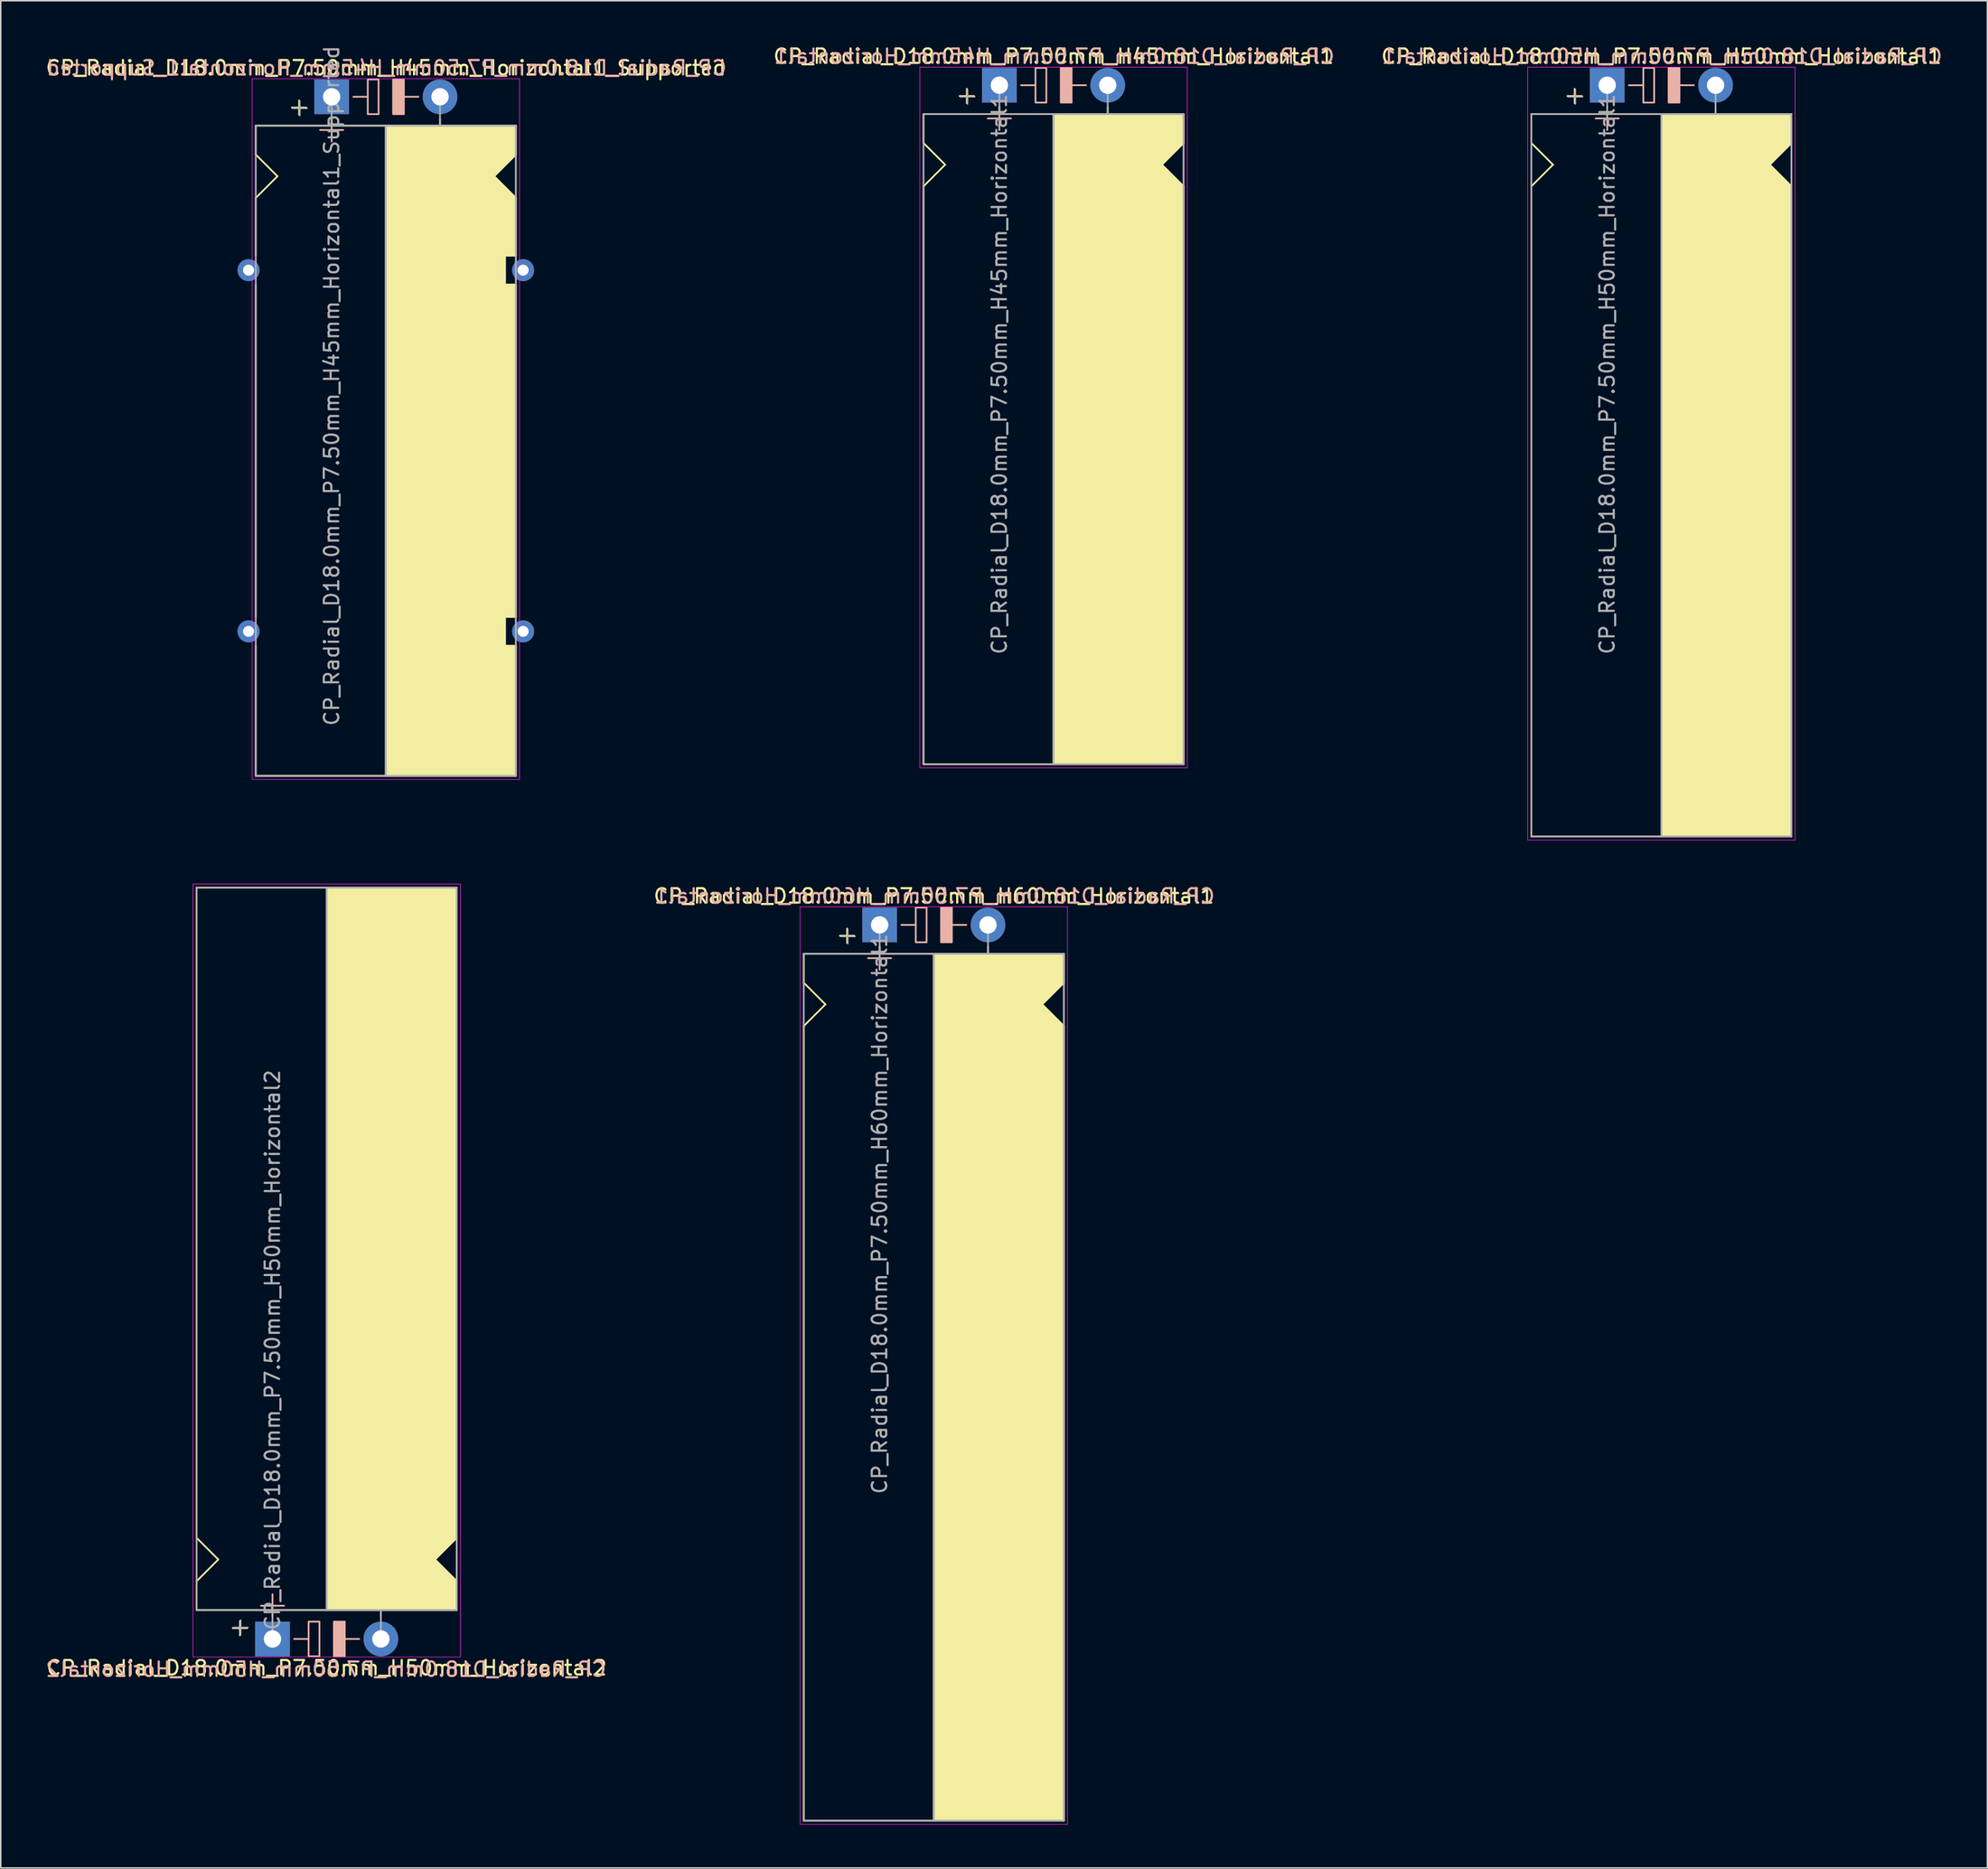
<source format=kicad_pcb>
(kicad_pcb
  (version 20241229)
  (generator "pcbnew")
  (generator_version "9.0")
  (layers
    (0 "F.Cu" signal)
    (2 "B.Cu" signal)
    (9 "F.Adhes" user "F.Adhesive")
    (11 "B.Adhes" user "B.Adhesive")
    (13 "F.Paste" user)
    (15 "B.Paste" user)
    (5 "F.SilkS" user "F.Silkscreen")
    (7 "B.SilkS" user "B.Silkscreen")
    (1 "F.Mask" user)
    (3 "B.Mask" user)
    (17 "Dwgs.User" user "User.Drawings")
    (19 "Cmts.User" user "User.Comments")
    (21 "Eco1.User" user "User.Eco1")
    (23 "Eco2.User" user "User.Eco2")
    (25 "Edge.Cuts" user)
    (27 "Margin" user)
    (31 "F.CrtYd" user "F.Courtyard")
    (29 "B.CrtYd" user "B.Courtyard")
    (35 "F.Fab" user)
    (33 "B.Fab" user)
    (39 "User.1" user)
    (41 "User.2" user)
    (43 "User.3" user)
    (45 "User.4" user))
  (footprint "CP_Radial_D18.0mm_P7.50mm_H50mm_Horizontal1"
    (layer "F.Cu")
    (at 108.165 2.848)
    (property "Reference" "CP_Radial_D18.0mm_P7.50mm_H50mm_Horizontal1" (at 3.75 -2 0) (layer "F.SilkS") (effects (font (size 1 1) (thickness 0.15))))
    (fp_line (start -5.25 2) (end -5.25 4) (stroke (width 0.12) (type solid)) (layer "F.SilkS"))
    (fp_line (start -5.25 2) (end 12.75 2) (stroke (width 0.12) (type solid)) (layer "F.SilkS"))
    (fp_line (start -5.25 4) (end -3.75 5.5) (stroke (width 0.12) (type solid)) (layer "F.SilkS"))
    (fp_line (start -5.25 7) (end -5.25 52) (stroke (width 0.12) (type solid)) (layer "F.SilkS"))
    (fp_line (start -5.25 7) (end -3.75 5.5) (stroke (width 0.12) (type solid)) (layer "F.SilkS"))
    (fp_line (start -5.25 52) (end 12.75 52) (stroke (width 0.12) (type solid)) (layer "F.SilkS"))
    (fp_line (start -2.25 0.25) (end -2.25 1.25) (stroke (width 0.12) (type solid)) (layer "F.SilkS"))
    (fp_line (start -1.75 0.75) (end -2.75 0.75) (stroke (width 0.12) (type solid)) (layer "F.SilkS"))
    (fp_line (start 0 1.5) (end 0 2) (stroke (width 0.12) (type solid)) (layer "F.SilkS"))
    (fp_line (start 3.75 2) (end 3.75 52) (stroke (width 0.12) (type solid)) (layer "F.SilkS"))
    (fp_line (start 7.5 1.5) (end 7.5 2) (stroke (width 0.12) (type solid)) (layer "F.SilkS"))
    (fp_line (start 12.75 2) (end 12.75 4) (stroke (width 0.12) (type solid)) (layer "F.SilkS"))
    (fp_line (start 12.75 4) (end 11.25 5.5) (stroke (width 0.12) (type solid)) (layer "F.SilkS"))
    (fp_line (start 12.75 7) (end 11.25 5.5) (stroke (width 0.12) (type solid)) (layer "F.SilkS"))
    (fp_line (start 12.75 52) (end 12.75 7) (stroke (width 0.12) (type solid)) (layer "F.SilkS"))
    (fp_poly (pts (xy 12.75 4) (xy 11.25 5.5) (xy 12.75 7) (xy 12.75 52) (xy 3.75 52) (xy 3.75 2) (xy 12.75 2)) (stroke (width 0.1) (type solid)) (fill yes) (layer "F.SilkS"))
    (fp_line (start 0 1.5) (end 0 3.1) (stroke (width 0.12) (type solid)) (layer "B.SilkS"))
    (fp_line (start 0.8 2.3) (end -0.8 2.3) (stroke (width 0.12) (type solid)) (layer "B.SilkS"))
    (fp_line (start 2.5 0) (end 1.5 0) (stroke (width 0.12) (type solid)) (layer "B.SilkS"))
    (fp_line (start 6 0) (end 5 0) (stroke (width 0.12) (type solid)) (layer "B.SilkS"))
    (fp_rect (start 2.5 -1.2) (end 3.25 1.2) (stroke (width 0.12) (type solid)) (fill no) (layer "B.SilkS"))
    (fp_rect (start 4.25 -1.2) (end 5 1.2) (stroke (width 0.12) (type solid)) (fill yes) (layer "B.SilkS"))
    (fp_line (start -5.5 -1.25) (end -5.5 52.25) (stroke (width 0.04) (type solid)) (layer "F.CrtYd"))
    (fp_line (start -5.5 52.25) (end 13 52.25) (stroke (width 0.04) (type solid)) (layer "F.CrtYd"))
    (fp_line (start 13 -1.25) (end -5.5 -1.25) (stroke (width 0.04) (type solid)) (layer "F.CrtYd"))
    (fp_line (start 13 52.25) (end 13 -1.25) (stroke (width 0.04) (type solid)) (layer "F.CrtYd"))
    (fp_line (start -5.25 2) (end -5.25 52) (stroke (width 0.12) (type solid)) (layer "F.Fab"))
    (fp_line (start -5.25 52) (end 12.75 52) (stroke (width 0.12) (type solid)) (layer "F.Fab"))
    (fp_line (start -2.7 0.8) (end -1.7 0.8) (stroke (width 0.1) (type solid)) (layer "F.Fab"))
    (fp_line (start -2.2 1.3) (end -2.2 0.3) (stroke (width 0.1) (type solid)) (layer "F.Fab"))
    (fp_line (start 0 0) (end 0 2) (stroke (width 0.12) (type solid)) (layer "F.Fab"))
    (fp_line (start 3.75 2) (end 3.75 52) (stroke (width 0.12) (type solid)) (layer "F.Fab"))
    (fp_line (start 7.5 0) (end 7.5 2) (stroke (width 0.12) (type solid)) (layer "F.Fab"))
    (fp_line (start 12.75 2) (end -5.25 2) (stroke (width 0.12) (type solid)) (layer "F.Fab"))
    (fp_line (start 12.75 52) (end 12.75 2) (stroke (width 0.12) (type solid)) (layer "F.Fab"))
    (fp_poly (pts (xy 12.75 52) (xy 3.75 52) (xy 3.75 2) (xy 12.75 2)) (stroke (width 0.1) (type solid)) (fill no) (layer "F.Fab"))
    (fp_text user "${REFERENCE}" (at 3.8 -2 0) (layer "B.SilkS") (effects (font (size 1 1) (thickness 0.15)) (justify mirror)))
    (fp_text user "${REFERENCE}" (at 0 20 90) (layer "F.Fab") (effects (font (size 1 1) (thickness 0.15))))
    (pad "1" thru_hole rect (at 0 0) (size 2.4 2.4) (drill 1.2) (layers "*.Cu" "*.Mask"))
    (pad "2" thru_hole circle (at 7.5 0) (size 2.4 2.4) (drill 1.2) (layers "*.Cu" "*.Mask")))
  (footprint "CP_Radial_D18.0mm_P7.50mm_H60mm_Horizontal1"
    (layer "F.Cu")
    (at 57.818 60.967)
    (property "Reference" "CP_Radial_D18.0mm_P7.50mm_H60mm_Horizontal1" (at 3.75 -2 0) (layer "F.SilkS") (effects (font (size 1 1) (thickness 0.15))))
    (fp_line (start -5.25 2) (end -5.25 4) (stroke (width 0.12) (type solid)) (layer "F.SilkS"))
    (fp_line (start -5.25 2) (end 12.75 2) (stroke (width 0.12) (type solid)) (layer "F.SilkS"))
    (fp_line (start -5.25 4) (end -3.75 5.5) (stroke (width 0.12) (type solid)) (layer "F.SilkS"))
    (fp_line (start -5.25 7) (end -5.25 62) (stroke (width 0.12) (type solid)) (layer "F.SilkS"))
    (fp_line (start -5.25 7) (end -3.75 5.5) (stroke (width 0.12) (type solid)) (layer "F.SilkS"))
    (fp_line (start -5.25 62) (end 12.75 62) (stroke (width 0.12) (type solid)) (layer "F.SilkS"))
    (fp_line (start -2.25 0.25) (end -2.25 1.25) (stroke (width 0.12) (type solid)) (layer "F.SilkS"))
    (fp_line (start -1.75 0.75) (end -2.75 0.75) (stroke (width 0.12) (type solid)) (layer "F.SilkS"))
    (fp_line (start 0 1.5) (end 0 2) (stroke (width 0.12) (type solid)) (layer "F.SilkS"))
    (fp_line (start 3.75 2) (end 3.75 62) (stroke (width 0.12) (type solid)) (layer "F.SilkS"))
    (fp_line (start 7.5 1.5) (end 7.5 2) (stroke (width 0.12) (type solid)) (layer "F.SilkS"))
    (fp_line (start 12.75 2) (end 12.75 4) (stroke (width 0.12) (type solid)) (layer "F.SilkS"))
    (fp_line (start 12.75 4) (end 11.25 5.5) (stroke (width 0.12) (type solid)) (layer "F.SilkS"))
    (fp_line (start 12.75 7) (end 11.25 5.5) (stroke (width 0.12) (type solid)) (layer "F.SilkS"))
    (fp_line (start 12.75 62) (end 12.75 7) (stroke (width 0.12) (type solid)) (layer "F.SilkS"))
    (fp_poly (pts (xy 12.75 4) (xy 11.25 5.5) (xy 12.75 7) (xy 12.75 62) (xy 3.75 62) (xy 3.75 2) (xy 12.75 2)) (stroke (width 0.1) (type solid)) (fill yes) (layer "F.SilkS"))
    (fp_line (start 0 1.5) (end 0 3.1) (stroke (width 0.12) (type solid)) (layer "B.SilkS"))
    (fp_line (start 0.8 2.3) (end -0.8 2.3) (stroke (width 0.12) (type solid)) (layer "B.SilkS"))
    (fp_line (start 2.5 0) (end 1.5 0) (stroke (width 0.12) (type solid)) (layer "B.SilkS"))
    (fp_line (start 6 0) (end 5 0) (stroke (width 0.12) (type solid)) (layer "B.SilkS"))
    (fp_rect (start 2.5 -1.2) (end 3.25 1.2) (stroke (width 0.12) (type solid)) (fill no) (layer "B.SilkS"))
    (fp_rect (start 4.25 -1.2) (end 5 1.2) (stroke (width 0.12) (type solid)) (fill yes) (layer "B.SilkS"))
    (fp_line (start -5.5 -1.25) (end -5.5 62.25) (stroke (width 0.04) (type solid)) (layer "F.CrtYd"))
    (fp_line (start -5.5 62.25) (end 13 62.25) (stroke (width 0.04) (type solid)) (layer "F.CrtYd"))
    (fp_line (start 13 -1.25) (end -5.5 -1.25) (stroke (width 0.04) (type solid)) (layer "F.CrtYd"))
    (fp_line (start 13 62.25) (end 13 -1.25) (stroke (width 0.04) (type solid)) (layer "F.CrtYd"))
    (fp_line (start -5.25 2) (end -5.25 62) (stroke (width 0.12) (type solid)) (layer "F.Fab"))
    (fp_line (start -5.25 62) (end 12.75 62) (stroke (width 0.12) (type solid)) (layer "F.Fab"))
    (fp_line (start -2.7 0.8) (end -1.7 0.8) (stroke (width 0.1) (type solid)) (layer "F.Fab"))
    (fp_line (start -2.2 1.3) (end -2.2 0.3) (stroke (width 0.1) (type solid)) (layer "F.Fab"))
    (fp_line (start 0 0) (end 0 2) (stroke (width 0.12) (type solid)) (layer "F.Fab"))
    (fp_line (start 3.75 2) (end 3.75 62) (stroke (width 0.12) (type solid)) (layer "F.Fab"))
    (fp_line (start 7.5 0) (end 7.5 2) (stroke (width 0.12) (type solid)) (layer "F.Fab"))
    (fp_line (start 12.75 2) (end -5.25 2) (stroke (width 0.12) (type solid)) (layer "F.Fab"))
    (fp_line (start 12.75 62) (end 12.75 2) (stroke (width 0.12) (type solid)) (layer "F.Fab"))
    (fp_poly (pts (xy 12.75 62) (xy 3.75 62) (xy 3.75 2) (xy 12.75 2)) (stroke (width 0.1) (type solid)) (fill no) (layer "F.Fab"))
    (fp_text user "${REFERENCE}" (at 3.8 -2 0) (layer "B.SilkS") (effects (font (size 1 1) (thickness 0.15)) (justify mirror)))
    (fp_text user "${REFERENCE}" (at 0 20 90) (layer "F.Fab") (effects (font (size 1 1) (thickness 0.15))))
    (pad "1" thru_hole rect (at 0 0) (size 2.4 2.4) (drill 1.2) (layers "*.Cu" "*.Mask"))
    (pad "2" thru_hole circle (at 7.5 0) (size 2.4 2.4) (drill 1.2) (layers "*.Cu" "*.Mask")))
  (footprint "CP_Radial_D18.0mm_P7.50mm_H50mm_Horizontal2"
    (layer "F.Cu")
    (at 15.806 110.388)
    (property "Reference" "CP_Radial_D18.0mm_P7.50mm_H50mm_Horizontal2" (at 3.75 2 0) (layer "F.SilkS") (effects (font (size 1 1) (thickness 0.15))))
    (fp_line (start -5.25 -52) (end 12.75 -52) (stroke (width 0.12) (type solid)) (layer "F.SilkS"))
    (fp_line (start -5.25 -7) (end -5.25 -52) (stroke (width 0.12) (type solid)) (layer "F.SilkS"))
    (fp_line (start -5.25 -7) (end -3.75 -5.5) (stroke (width 0.12) (type solid)) (layer "F.SilkS"))
    (fp_line (start -5.25 -4) (end -3.75 -5.5) (stroke (width 0.12) (type solid)) (layer "F.SilkS"))
    (fp_line (start -5.25 -2) (end -5.25 -4) (stroke (width 0.12) (type solid)) (layer "F.SilkS"))
    (fp_line (start -5.25 -2) (end 12.75 -2) (stroke (width 0.12) (type solid)) (layer "F.SilkS"))
    (fp_line (start -2.25 -1.25) (end -2.25 -0.25) (stroke (width 0.12) (type solid)) (layer "F.SilkS"))
    (fp_line (start -1.75 -0.75) (end -2.75 -0.75) (stroke (width 0.12) (type solid)) (layer "F.SilkS"))
    (fp_line (start 0 -1.5) (end 0 -2) (stroke (width 0.12) (type solid)) (layer "F.SilkS"))
    (fp_line (start 3.75 -2) (end 3.75 -52) (stroke (width 0.12) (type solid)) (layer "F.SilkS"))
    (fp_line (start 7.5 -1.5) (end 7.5 -2) (stroke (width 0.12) (type solid)) (layer "F.SilkS"))
    (fp_line (start 12.75 -52) (end 12.75 -7) (stroke (width 0.12) (type solid)) (layer "F.SilkS"))
    (fp_line (start 12.75 -7) (end 11.25 -5.5) (stroke (width 0.12) (type solid)) (layer "F.SilkS"))
    (fp_line (start 12.75 -4) (end 11.25 -5.5) (stroke (width 0.12) (type solid)) (layer "F.SilkS"))
    (fp_line (start 12.75 -2) (end 12.75 -4) (stroke (width 0.12) (type solid)) (layer "F.SilkS"))
    (fp_poly (pts (xy 12.75 -4) (xy 11.25 -5.5) (xy 12.75 -7) (xy 12.75 -52) (xy 3.75 -52) (xy 3.75 -2) (xy 12.75 -2)) (stroke (width 0.1) (type solid)) (fill yes) (layer "F.SilkS"))
    (fp_line (start 0 -3.1) (end 0 -1.5) (stroke (width 0.12) (type solid)) (layer "B.SilkS"))
    (fp_line (start 0.8 -2.3) (end -0.8 -2.3) (stroke (width 0.12) (type solid)) (layer "B.SilkS"))
    (fp_line (start 2.5 0) (end 1.5 0) (stroke (width 0.12) (type solid)) (layer "B.SilkS"))
    (fp_line (start 6 0) (end 5 0) (stroke (width 0.12) (type solid)) (layer "B.SilkS"))
    (fp_rect (start 2.5 -1.2) (end 3.25 1.2) (stroke (width 0.12) (type solid)) (fill no) (layer "B.SilkS"))
    (fp_rect (start 4.25 -1.2) (end 5 1.2) (stroke (width 0.12) (type solid)) (fill yes) (layer "B.SilkS"))
    (fp_line (start -5.5 -52.25) (end 13 -52.25) (stroke (width 0.04) (type solid)) (layer "F.CrtYd"))
    (fp_line (start -5.5 1.25) (end -5.5 -52.25) (stroke (width 0.04) (type solid)) (layer "F.CrtYd"))
    (fp_line (start 13 -52.25) (end 13 1.25) (stroke (width 0.04) (type solid)) (layer "F.CrtYd"))
    (fp_line (start 13 1.25) (end -5.5 1.25) (stroke (width 0.04) (type solid)) (layer "F.CrtYd"))
    (fp_line (start -5.25 -52) (end 12.75 -52) (stroke (width 0.12) (type solid)) (layer "F.Fab"))
    (fp_line (start -5.25 -2) (end -5.25 -52) (stroke (width 0.12) (type solid)) (layer "F.Fab"))
    (fp_line (start -2.7 -0.8) (end -1.7 -0.8) (stroke (width 0.1) (type solid)) (layer "F.Fab"))
    (fp_line (start -2.2 -0.3) (end -2.2 -1.3) (stroke (width 0.1) (type solid)) (layer "F.Fab"))
    (fp_line (start 0 0) (end 0 -2) (stroke (width 0.12) (type solid)) (layer "F.Fab"))
    (fp_line (start 3.75 -2) (end 3.75 -52) (stroke (width 0.12) (type solid)) (layer "F.Fab"))
    (fp_line (start 7.5 0) (end 7.5 -2) (stroke (width 0.12) (type solid)) (layer "F.Fab"))
    (fp_line (start 12.75 -52) (end 12.75 -2) (stroke (width 0.12) (type solid)) (layer "F.Fab"))
    (fp_line (start 12.75 -2) (end -5.25 -2) (stroke (width 0.12) (type solid)) (layer "F.Fab"))
    (fp_poly (pts (xy 12.75 -52) (xy 3.75 -52) (xy 3.75 -2) (xy 12.75 -2)) (stroke (width 0.1) (type solid)) (fill no) (layer "F.Fab"))
    (fp_text user "${REFERENCE}" (at 3.7 2.1 0) (layer "B.SilkS") (effects (font (size 1 1) (thickness 0.15)) (justify mirror)))
    (fp_text user "${REFERENCE}" (at 0 -20 90) (layer "F.Fab") (effects (font (size 1 1) (thickness 0.15))))
    (pad "1" thru_hole rect (at 0 0) (size 2.4 2.4) (drill 1.2) (layers "*.Cu" "*.Mask"))
    (pad "2" thru_hole circle (at 7.5 0) (size 2.4 2.4) (drill 1.2) (layers "*.Cu" "*.Mask")))
  (footprint "CP_Radial_D18.0mm_P7.50mm_H45mm_Horizontal1"
    (layer "F.Cu")
    (at 66.104 2.848)
    (property "Reference" "CP_Radial_D18.0mm_P7.50mm_H45mm_Horizontal1" (at 3.75 -2 0) (layer "F.SilkS") (effects (font (size 1 1) (thickness 0.15))))
    (fp_line (start -5.25 2) (end -5.25 4) (stroke (width 0.12) (type solid)) (layer "F.SilkS"))
    (fp_line (start -5.25 2) (end 12.75 2) (stroke (width 0.12) (type solid)) (layer "F.SilkS"))
    (fp_line (start -5.25 4) (end -3.75 5.5) (stroke (width 0.12) (type solid)) (layer "F.SilkS"))
    (fp_line (start -5.25 7) (end -5.25 47) (stroke (width 0.12) (type solid)) (layer "F.SilkS"))
    (fp_line (start -5.25 7) (end -3.75 5.5) (stroke (width 0.12) (type solid)) (layer "F.SilkS"))
    (fp_line (start -5.25 47) (end 12.75 47) (stroke (width 0.12) (type solid)) (layer "F.SilkS"))
    (fp_line (start -2.25 0.25) (end -2.25 1.25) (stroke (width 0.12) (type solid)) (layer "F.SilkS"))
    (fp_line (start -1.75 0.75) (end -2.75 0.75) (stroke (width 0.12) (type solid)) (layer "F.SilkS"))
    (fp_line (start 0 1.5) (end 0 2) (stroke (width 0.12) (type solid)) (layer "F.SilkS"))
    (fp_line (start 3.75 2) (end 3.75 47) (stroke (width 0.12) (type solid)) (layer "F.SilkS"))
    (fp_line (start 7.5 1.5) (end 7.5 2) (stroke (width 0.12) (type solid)) (layer "F.SilkS"))
    (fp_line (start 12.75 2) (end 12.75 4) (stroke (width 0.12) (type solid)) (layer "F.SilkS"))
    (fp_line (start 12.75 4) (end 11.25 5.5) (stroke (width 0.12) (type solid)) (layer "F.SilkS"))
    (fp_line (start 12.75 7) (end 11.25 5.5) (stroke (width 0.12) (type solid)) (layer "F.SilkS"))
    (fp_line (start 12.75 47) (end 12.75 7) (stroke (width 0.12) (type solid)) (layer "F.SilkS"))
    (fp_poly (pts (xy 12.75 4) (xy 11.25 5.5) (xy 12.75 7) (xy 12.75 47) (xy 3.75 47) (xy 3.75 2) (xy 12.75 2)) (stroke (width 0.1) (type solid)) (fill yes) (layer "F.SilkS"))
    (fp_line (start 0 1.5) (end 0 3.1) (stroke (width 0.12) (type solid)) (layer "B.SilkS"))
    (fp_line (start 0.8 2.3) (end -0.8 2.3) (stroke (width 0.12) (type solid)) (layer "B.SilkS"))
    (fp_line (start 2.5 0) (end 1.5 0) (stroke (width 0.12) (type solid)) (layer "B.SilkS"))
    (fp_line (start 6 0) (end 5 0) (stroke (width 0.12) (type solid)) (layer "B.SilkS"))
    (fp_rect (start 2.5 -1.2) (end 3.25 1.2) (stroke (width 0.12) (type solid)) (fill no) (layer "B.SilkS"))
    (fp_rect (start 4.25 -1.2) (end 5 1.2) (stroke (width 0.12) (type solid)) (fill yes) (layer "B.SilkS"))
    (fp_line (start -5.5 -1.25) (end -5.5 47.25) (stroke (width 0.04) (type solid)) (layer "F.CrtYd"))
    (fp_line (start -5.5 47.25) (end 13 47.25) (stroke (width 0.04) (type solid)) (layer "F.CrtYd"))
    (fp_line (start 13 -1.25) (end -5.5 -1.25) (stroke (width 0.04) (type solid)) (layer "F.CrtYd"))
    (fp_line (start 13 47.25) (end 13 -1.25) (stroke (width 0.04) (type solid)) (layer "F.CrtYd"))
    (fp_line (start -5.25 2) (end -5.25 47) (stroke (width 0.12) (type solid)) (layer "F.Fab"))
    (fp_line (start -5.25 47) (end 12.75 47) (stroke (width 0.12) (type solid)) (layer "F.Fab"))
    (fp_line (start -2.7 0.8) (end -1.7 0.8) (stroke (width 0.1) (type solid)) (layer "F.Fab"))
    (fp_line (start -2.2 1.3) (end -2.2 0.3) (stroke (width 0.1) (type solid)) (layer "F.Fab"))
    (fp_line (start 0 0) (end 0 2) (stroke (width 0.12) (type solid)) (layer "F.Fab"))
    (fp_line (start 3.75 2) (end 3.75 47) (stroke (width 0.12) (type solid)) (layer "F.Fab"))
    (fp_line (start 7.5 0) (end 7.5 2) (stroke (width 0.12) (type solid)) (layer "F.Fab"))
    (fp_line (start 12.75 2) (end -5.25 2) (stroke (width 0.12) (type solid)) (layer "F.Fab"))
    (fp_line (start 12.75 47) (end 12.75 2) (stroke (width 0.12) (type solid)) (layer "F.Fab"))
    (fp_poly (pts (xy 12.75 47) (xy 3.75 47) (xy 3.75 2) (xy 12.75 2)) (stroke (width 0.1) (type solid)) (fill no) (layer "F.Fab"))
    (fp_text user "${REFERENCE}" (at 3.8 -2 0) (layer "B.SilkS") (effects (font (size 1 1) (thickness 0.15)) (justify mirror)))
    (fp_text user "${REFERENCE}" (at 0 20 90) (layer "F.Fab") (effects (font (size 1 1) (thickness 0.15))))
    (pad "1" thru_hole rect (at 0 0) (size 2.4 2.4) (drill 1.2) (layers "*.Cu" "*.Mask"))
    (pad "2" thru_hole circle (at 7.5 0) (size 2.4 2.4) (drill 1.2) (layers "*.Cu" "*.Mask")))
  (footprint "CP_Radial_D18.0mm_P7.50mm_H45mm_Horizontal1_Supported"
    (layer "F.Cu")
    (at 19.899 3.649)
    (property "Reference" "CP_Radial_D18.0mm_P7.50mm_H45mm_Horizontal1_Supported" (at 3.75 -2 0) (layer "F.SilkS") (effects (font (size 1 1) (thickness 0.15))))
    (fp_line (start -5.25 2) (end -5.25 4) (stroke (width 0.12) (type solid)) (layer "F.SilkS"))
    (fp_line (start -5.25 2) (end 12.75 2) (stroke (width 0.12) (type solid)) (layer "F.SilkS"))
    (fp_line (start -5.25 4) (end -3.75 5.5) (stroke (width 0.12) (type solid)) (layer "F.SilkS"))
    (fp_line (start -5.25 7) (end -3.75 5.5) (stroke (width 0.12) (type solid)) (layer "F.SilkS"))
    (fp_line (start -5.25 11) (end -5.25 7) (stroke (width 0.12) (type solid)) (layer "F.SilkS"))
    (fp_line (start -5.25 13) (end -5.25 36) (stroke (width 0.12) (type solid)) (layer "F.SilkS"))
    (fp_line (start -5.25 38) (end -5.25 47) (stroke (width 0.12) (type solid)) (layer "F.SilkS"))
    (fp_line (start -5.25 47) (end 12.75 47) (stroke (width 0.12) (type solid)) (layer "F.SilkS"))
    (fp_line (start -2.25 0.25) (end -2.25 1.25) (stroke (width 0.12) (type solid)) (layer "F.SilkS"))
    (fp_line (start -1.75 0.75) (end -2.75 0.75) (stroke (width 0.12) (type solid)) (layer "F.SilkS"))
    (fp_line (start 0 1.5) (end 0 2) (stroke (width 0.12) (type solid)) (layer "F.SilkS"))
    (fp_line (start 3.75 2) (end 3.75 47) (stroke (width 0.12) (type solid)) (layer "F.SilkS"))
    (fp_line (start 7.5 1.5) (end 7.5 2) (stroke (width 0.12) (type solid)) (layer "F.SilkS"))
    (fp_line (start 12 11) (end 12 13) (stroke (width 0.12) (type solid)) (layer "F.SilkS"))
    (fp_line (start 12 13) (end 12.75 13) (stroke (width 0.12) (type solid)) (layer "F.SilkS"))
    (fp_line (start 12 36) (end 12 38) (stroke (width 0.12) (type solid)) (layer "F.SilkS"))
    (fp_line (start 12 38) (end 12.75 38) (stroke (width 0.12) (type solid)) (layer "F.SilkS"))
    (fp_line (start 12.25 11) (end 12 11) (stroke (width 0.12) (type solid)) (layer "F.SilkS"))
    (fp_line (start 12.75 2) (end 12.75 4) (stroke (width 0.12) (type solid)) (layer "F.SilkS"))
    (fp_line (start 12.75 4) (end 11.25 5.5) (stroke (width 0.12) (type solid)) (layer "F.SilkS"))
    (fp_line (start 12.75 7) (end 11.25 5.5) (stroke (width 0.12) (type solid)) (layer "F.SilkS"))
    (fp_line (start 12.75 11) (end 12.25 11) (stroke (width 0.12) (type solid)) (layer "F.SilkS"))
    (fp_line (start 12.75 11) (end 12.75 7) (stroke (width 0.12) (type solid)) (layer "F.SilkS"))
    (fp_line (start 12.75 13) (end 12.75 36) (stroke (width 0.12) (type solid)) (layer "F.SilkS"))
    (fp_line (start 12.75 36) (end 12 36) (stroke (width 0.12) (type solid)) (layer "F.SilkS"))
    (fp_line (start 12.75 38) (end 12.75 47) (stroke (width 0.12) (type solid)) (layer "F.SilkS"))
    (fp_poly (pts (xy 12.75 4) (xy 11.25 5.5) (xy 12.75 7) (xy 12.75 11) (xy 12 11) (xy 12 13) (xy 12.75 13) (xy 12.75 36) (xy 12 36) (xy 12 38) (xy 12.75 38) (xy 12.75 47) (xy 3.75 47) (xy 3.75 2) (xy 12.75 2)) (stroke (width 0.1) (type solid)) (fill yes) (layer "F.SilkS"))
    (fp_line (start 0 1.5) (end 0 3.1) (stroke (width 0.12) (type solid)) (layer "B.SilkS"))
    (fp_line (start 0.8 2.3) (end -0.8 2.3) (stroke (width 0.12) (type solid)) (layer "B.SilkS"))
    (fp_line (start 2.5 0) (end 1.5 0) (stroke (width 0.12) (type solid)) (layer "B.SilkS"))
    (fp_line (start 6 0) (end 5 0) (stroke (width 0.12) (type solid)) (layer "B.SilkS"))
    (fp_rect (start 2.5 -1.2) (end 3.25 1.2) (stroke (width 0.12) (type solid)) (fill no) (layer "B.SilkS"))
    (fp_rect (start 4.25 -1.2) (end 5 1.2) (stroke (width 0.12) (type solid)) (fill yes) (layer "B.SilkS"))
    (fp_line (start -5.5 -1.25) (end -5.5 47.25) (stroke (width 0.04) (type solid)) (layer "F.CrtYd"))
    (fp_line (start -5.5 47.25) (end 13 47.25) (stroke (width 0.04) (type solid)) (layer "F.CrtYd"))
    (fp_line (start 13 -1.25) (end -5.5 -1.25) (stroke (width 0.04) (type solid)) (layer "F.CrtYd"))
    (fp_line (start 13 47.25) (end 13 -1.25) (stroke (width 0.04) (type solid)) (layer "F.CrtYd"))
    (fp_line (start -5.25 2) (end -5.25 47) (stroke (width 0.12) (type solid)) (layer "F.Fab"))
    (fp_line (start -5.25 47) (end 12.75 47) (stroke (width 0.12) (type solid)) (layer "F.Fab"))
    (fp_line (start -2.7 0.8) (end -1.7 0.8) (stroke (width 0.1) (type solid)) (layer "F.Fab"))
    (fp_line (start -2.2 1.3) (end -2.2 0.3) (stroke (width 0.1) (type solid)) (layer "F.Fab"))
    (fp_line (start 0 0) (end 0 2) (stroke (width 0.12) (type solid)) (layer "F.Fab"))
    (fp_line (start 3.75 2) (end 3.75 47) (stroke (width 0.12) (type solid)) (layer "F.Fab"))
    (fp_line (start 7.5 0) (end 7.5 2) (stroke (width 0.12) (type solid)) (layer "F.Fab"))
    (fp_line (start 12.75 2) (end -5.25 2) (stroke (width 0.12) (type solid)) (layer "F.Fab"))
    (fp_line (start 12.75 47) (end 12.75 2) (stroke (width 0.12) (type solid)) (layer "F.Fab"))
    (fp_poly (pts (xy 12.75 47) (xy 3.75 47) (xy 3.75 2) (xy 12.75 2)) (stroke (width 0.1) (type solid)) (fill no) (layer "F.Fab"))
    (fp_text user "${REFERENCE}" (at 3.8 -2 0) (layer "B.SilkS") (effects (font (size 1 1) (thickness 0.15)) (justify mirror)))
    (fp_text user "${REFERENCE}" (at 0 20 90) (layer "F.Fab") (effects (font (size 1 1) (thickness 0.15))))
    (pad "1" thru_hole rect (at 0 0) (size 2.4 2.4) (drill 1.2) (layers "*.Cu" "*.Mask"))
    (pad "2" thru_hole circle (at 7.5 0) (size 2.4 2.4) (drill 1.2) (layers "*.Cu" "*.Mask"))
    (pad "~" thru_hole circle (at -5.75 12) (size 1.524 1.524) (drill 0.762) (layers "*.Cu" "*.Mask"))
    (pad "~" thru_hole circle (at -5.75 37) (size 1.524 1.524) (drill 0.762) (layers "*.Cu" "*.Mask"))
    (pad "~" thru_hole circle (at 13.25 12) (size 1.524 1.524) (drill 0.762) (layers "*.Cu" "*.Mask"))
    (pad "~" thru_hole circle (at 13.25 37) (size 1.524 1.524) (drill 0.762) (layers "*.Cu" "*.Mask")))
  (gr_rect
    (start -3 -3)
    (end 134.471 126.237)
    (stroke (width 0.1) (type default))
    (fill no)
    (layer "Edge.Cuts")))
</source>
